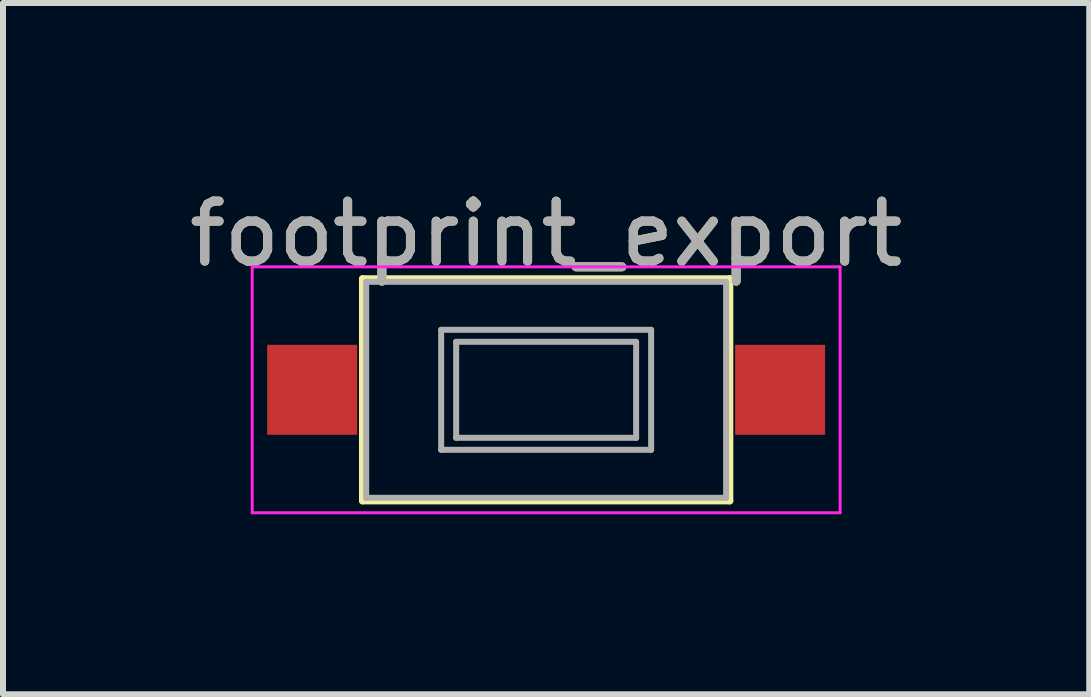
<source format=kicad_pcb>
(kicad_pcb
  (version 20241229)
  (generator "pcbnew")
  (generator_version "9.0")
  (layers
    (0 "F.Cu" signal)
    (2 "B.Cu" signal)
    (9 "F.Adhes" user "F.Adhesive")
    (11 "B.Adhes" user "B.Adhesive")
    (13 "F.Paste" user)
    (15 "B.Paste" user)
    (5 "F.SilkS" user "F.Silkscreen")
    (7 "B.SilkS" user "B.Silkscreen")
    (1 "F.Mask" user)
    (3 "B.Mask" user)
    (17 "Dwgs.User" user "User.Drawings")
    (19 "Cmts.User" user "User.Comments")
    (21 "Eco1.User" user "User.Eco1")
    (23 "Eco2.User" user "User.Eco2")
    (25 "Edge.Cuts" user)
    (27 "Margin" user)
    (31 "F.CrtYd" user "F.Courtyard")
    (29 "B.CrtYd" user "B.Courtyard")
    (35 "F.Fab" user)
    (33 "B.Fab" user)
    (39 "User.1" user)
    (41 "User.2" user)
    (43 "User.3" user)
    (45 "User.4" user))
  (footprint "footprint_export"
    (layer "F.Cu")
    (at 6.054 3.448)
    (property "Reference" "footprint_export" (at 0 -2.6 0) (layer "F.SilkS") (effects (font (size 1 1) (thickness 0.15))))
    (attr smd)
    (fp_line (start -3.06 -1.85) (end 3.06 -1.85) (stroke (width 0.12) (type solid)) (layer "F.SilkS"))
    (fp_line (start -3.06 1.85) (end -3.06 -1.85) (stroke (width 0.12) (type solid)) (layer "F.SilkS"))
    (fp_line (start 3.06 -1.85) (end 3.06 1.85) (stroke (width 0.12) (type solid)) (layer "F.SilkS"))
    (fp_line (start 3.06 1.85) (end -3.06 1.85) (stroke (width 0.12) (type solid)) (layer "F.SilkS"))
    (fp_line (start -4.9 -2.05) (end 4.9 -2.05) (stroke (width 0.05) (type solid)) (layer "F.CrtYd"))
    (fp_line (start -4.9 2.05) (end -4.9 -2.05) (stroke (width 0.05) (type solid)) (layer "F.CrtYd"))
    (fp_line (start 4.9 -2.05) (end 4.9 2.05) (stroke (width 0.05) (type solid)) (layer "F.CrtYd"))
    (fp_line (start 4.9 2.05) (end -4.9 2.05) (stroke (width 0.05) (type solid)) (layer "F.CrtYd"))
    (fp_line (start -3 -1.8) (end -3 1.8) (stroke (width 0.1) (type solid)) (layer "F.Fab"))
    (fp_line (start -3 -1.8) (end 3 -1.8) (stroke (width 0.1) (type solid)) (layer "F.Fab"))
    (fp_line (start -3 1.8) (end 3 1.8) (stroke (width 0.1) (type solid)) (layer "F.Fab"))
    (fp_line (start -1.75 -1) (end 1.75 -1) (stroke (width 0.1) (type solid)) (layer "F.Fab"))
    (fp_line (start -1.75 1) (end -1.75 -1) (stroke (width 0.1) (type solid)) (layer "F.Fab"))
    (fp_line (start -1.5 -0.8) (end -1.5 0.8) (stroke (width 0.1) (type solid)) (layer "F.Fab"))
    (fp_line (start -1.5 -0.8) (end 1.5 -0.8) (stroke (width 0.1) (type solid)) (layer "F.Fab"))
    (fp_line (start -1.5 0.8) (end 1.5 0.8) (stroke (width 0.1) (type solid)) (layer "F.Fab"))
    (fp_line (start 1.5 -0.8) (end 1.5 0.8) (stroke (width 0.1) (type solid)) (layer "F.Fab"))
    (fp_line (start 1.75 -1) (end 1.75 1) (stroke (width 0.1) (type solid)) (layer "F.Fab"))
    (fp_line (start 1.75 1) (end -1.75 1) (stroke (width 0.1) (type solid)) (layer "F.Fab"))
    (fp_line (start 3 -1.8) (end 3 1.8) (stroke (width 0.1) (type solid)) (layer "F.Fab"))
    (fp_text user "${REFERENCE}" (at 0 -2.6 0) (layer "F.Fab") (effects (font (size 1 1) (thickness 0.15))))
    (pad "1" smd rect (at -3.9 0) (size 1.5 1.5) (layers "F.Cu" "F.Mask" "F.Paste"))
    (pad "2" smd rect (at 3.9 0) (size 1.5 1.5) (layers "F.Cu" "F.Mask" "F.Paste")))
  (gr_rect
    (start -3 -3)
    (end 15.107 8.523)
    (stroke (width 0.1) (type default))
    (fill no)
    (layer "Edge.Cuts")))
</source>
